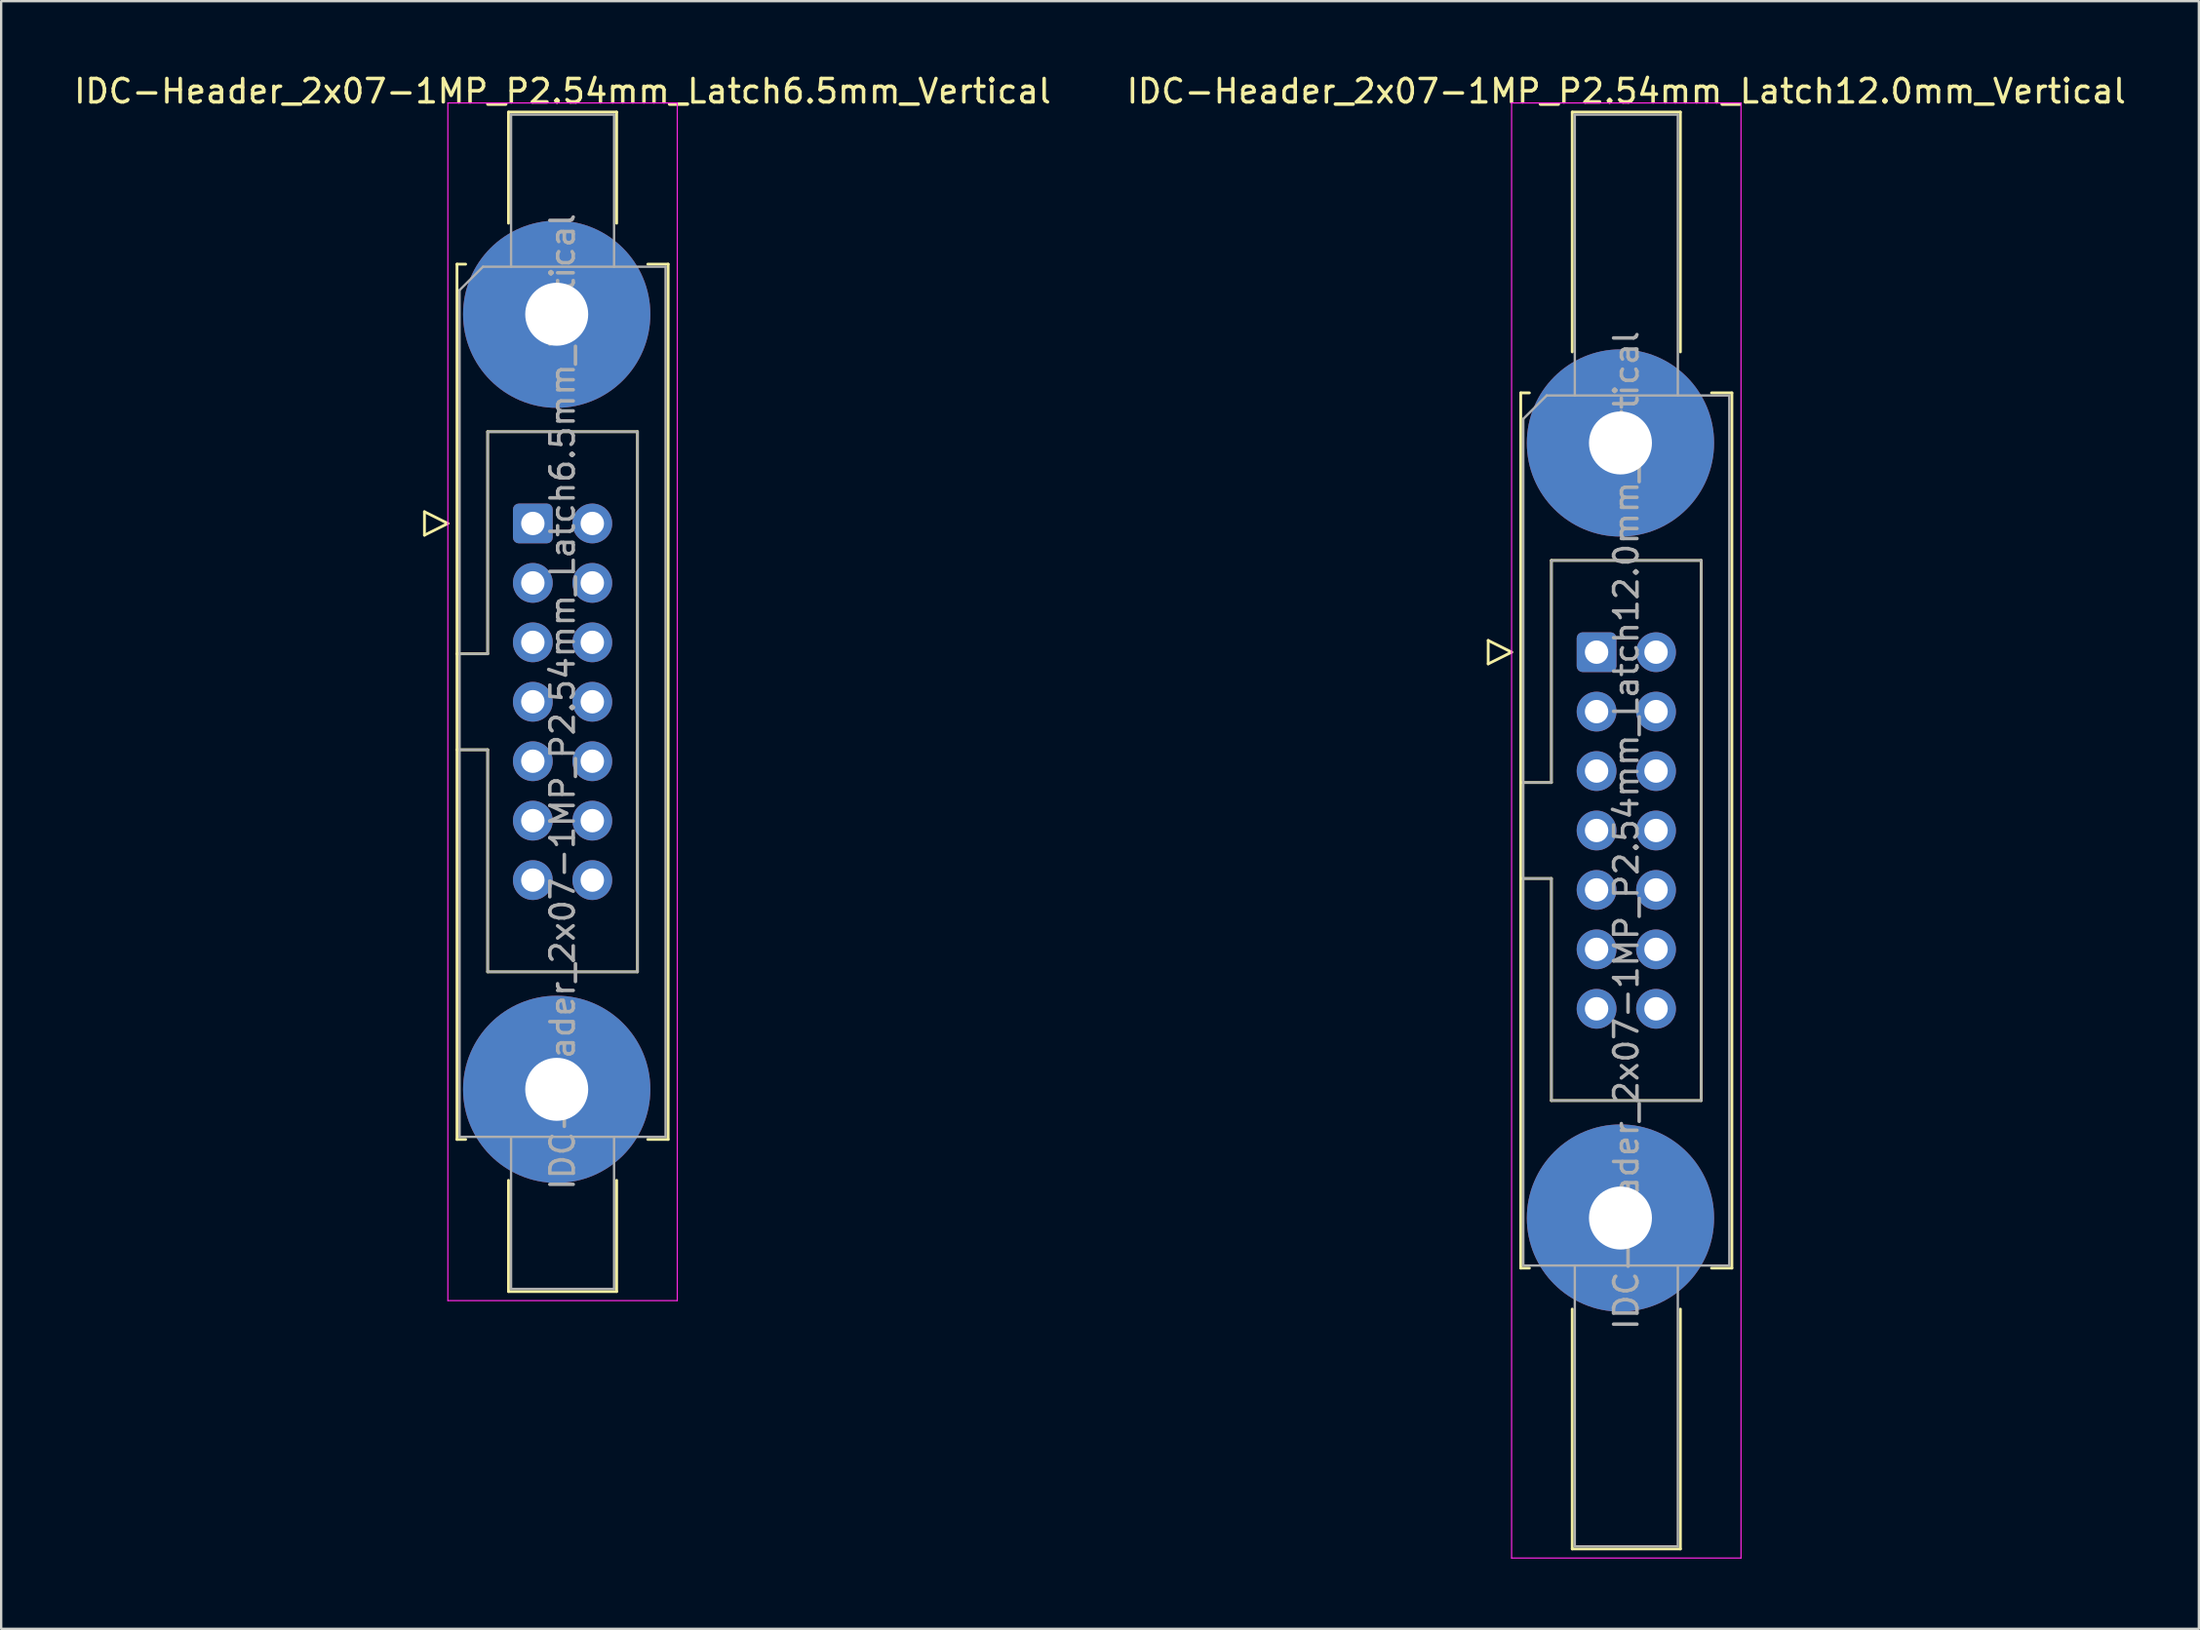
<source format=kicad_pcb>
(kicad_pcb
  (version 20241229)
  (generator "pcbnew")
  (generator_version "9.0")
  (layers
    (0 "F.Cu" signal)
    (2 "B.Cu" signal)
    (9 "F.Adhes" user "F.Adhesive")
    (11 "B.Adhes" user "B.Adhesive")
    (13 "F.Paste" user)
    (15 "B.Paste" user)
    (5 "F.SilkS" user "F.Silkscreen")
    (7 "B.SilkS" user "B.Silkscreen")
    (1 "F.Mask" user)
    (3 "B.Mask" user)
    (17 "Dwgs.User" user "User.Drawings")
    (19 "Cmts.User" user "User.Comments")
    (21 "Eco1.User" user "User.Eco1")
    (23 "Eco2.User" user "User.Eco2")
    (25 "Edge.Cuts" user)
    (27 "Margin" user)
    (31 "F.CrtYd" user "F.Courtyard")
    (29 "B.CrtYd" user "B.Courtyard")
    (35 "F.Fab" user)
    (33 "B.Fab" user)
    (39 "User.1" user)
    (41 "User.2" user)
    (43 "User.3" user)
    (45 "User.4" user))
  (footprint "IDC-Header_2x07-1MP_P2.54mm_Latch12.0mm_Vertical"
    (layer "F.Cu")
    (at 65.153 24.818)
    (property "Reference" "IDC-Header_2x07-1MP_P2.54mm_Latch12.0mm_Vertical" (at 1.27 -23.97 0) (layer "F.SilkS") (effects (font (size 1 1) (thickness 0.15))))
    (attr through_hole)
    (fp_line (start -4.63 -0.5) (end -4.63 0.5) (stroke (width 0.12) (type solid)) (layer "F.SilkS"))
    (fp_line (start -4.63 0.5) (end -3.63 0) (stroke (width 0.12) (type solid)) (layer "F.SilkS"))
    (fp_line (start -3.63 0) (end -4.63 -0.5) (stroke (width 0.12) (type solid)) (layer "F.SilkS"))
    (fp_line (start -3.24 -11.08) (end -3.24 26.32) (stroke (width 0.12) (type solid)) (layer "F.SilkS"))
    (fp_line (start -3.24 5.57) (end -1.93 5.57) (stroke (width 0.12) (type solid)) (layer "F.SilkS"))
    (fp_line (start -3.24 26.32) (end -2.87 26.32) (stroke (width 0.12) (type solid)) (layer "F.SilkS"))
    (fp_line (start -2.87 -11.08) (end -3.24 -11.08) (stroke (width 0.12) (type solid)) (layer "F.SilkS"))
    (fp_line (start -1.93 -3.92) (end 4.47 -3.92) (stroke (width 0.12) (type solid)) (layer "F.SilkS"))
    (fp_line (start -1.93 5.57) (end -1.93 -3.92) (stroke (width 0.12) (type solid)) (layer "F.SilkS"))
    (fp_line (start -1.93 9.67) (end -3.24 9.67) (stroke (width 0.12) (type solid)) (layer "F.SilkS"))
    (fp_line (start -1.93 19.16) (end -1.93 9.67) (stroke (width 0.12) (type solid)) (layer "F.SilkS"))
    (fp_line (start -1.04 -23.08) (end 3.58 -23.08) (stroke (width 0.12) (type solid)) (layer "F.SilkS"))
    (fp_line (start -1.04 -12.83) (end -1.04 -23.08) (stroke (width 0.12) (type solid)) (layer "F.SilkS"))
    (fp_line (start -1.04 28.07) (end -1.04 38.32) (stroke (width 0.12) (type solid)) (layer "F.SilkS"))
    (fp_line (start -1.04 38.32) (end 3.58 38.32) (stroke (width 0.12) (type solid)) (layer "F.SilkS"))
    (fp_line (start 3.58 -23.08) (end 3.58 -12.83) (stroke (width 0.12) (type solid)) (layer "F.SilkS"))
    (fp_line (start 3.58 38.32) (end 3.58 28.07) (stroke (width 0.12) (type solid)) (layer "F.SilkS"))
    (fp_line (start 4.47 -3.92) (end 4.47 19.16) (stroke (width 0.12) (type solid)) (layer "F.SilkS"))
    (fp_line (start 4.47 19.16) (end -1.93 19.16) (stroke (width 0.12) (type solid)) (layer "F.SilkS"))
    (fp_line (start 4.91 -11.08) (end 5.78 -11.08) (stroke (width 0.12) (type solid)) (layer "F.SilkS"))
    (fp_line (start 5.78 -11.08) (end 5.78 26.32) (stroke (width 0.12) (type solid)) (layer "F.SilkS"))
    (fp_line (start 5.78 26.32) (end 4.91 26.32) (stroke (width 0.12) (type solid)) (layer "F.SilkS"))
    (fp_line (start -3.63 -23.47) (end -3.63 38.71) (stroke (width 0.05) (type solid)) (layer "F.CrtYd"))
    (fp_line (start -3.63 38.71) (end 6.17 38.71) (stroke (width 0.05) (type solid)) (layer "F.CrtYd"))
    (fp_line (start 6.17 -23.47) (end -3.63 -23.47) (stroke (width 0.05) (type solid)) (layer "F.CrtYd"))
    (fp_line (start 6.17 38.71) (end 6.17 -23.47) (stroke (width 0.05) (type solid)) (layer "F.CrtYd"))
    (fp_line (start -3.13 -9.97) (end -2.13 -10.97) (stroke (width 0.1) (type solid)) (layer "F.Fab"))
    (fp_line (start -3.13 5.57) (end -1.93 5.57) (stroke (width 0.1) (type solid)) (layer "F.Fab"))
    (fp_line (start -3.13 26.21) (end -3.13 -9.97) (stroke (width 0.1) (type solid)) (layer "F.Fab"))
    (fp_line (start -2.13 -10.97) (end 5.67 -10.97) (stroke (width 0.1) (type solid)) (layer "F.Fab"))
    (fp_line (start -1.93 -3.92) (end 4.47 -3.92) (stroke (width 0.1) (type solid)) (layer "F.Fab"))
    (fp_line (start -1.93 5.57) (end -1.93 -3.92) (stroke (width 0.1) (type solid)) (layer "F.Fab"))
    (fp_line (start -1.93 9.67) (end -3.13 9.67) (stroke (width 0.1) (type solid)) (layer "F.Fab"))
    (fp_line (start -1.93 19.16) (end -1.93 9.67) (stroke (width 0.1) (type solid)) (layer "F.Fab"))
    (fp_line (start -0.93 -22.97) (end 3.47 -22.97) (stroke (width 0.1) (type solid)) (layer "F.Fab"))
    (fp_line (start -0.93 -10.97) (end -0.93 -22.97) (stroke (width 0.1) (type solid)) (layer "F.Fab"))
    (fp_line (start -0.93 26.21) (end -0.93 38.21) (stroke (width 0.1) (type solid)) (layer "F.Fab"))
    (fp_line (start -0.93 38.21) (end 3.47 38.21) (stroke (width 0.1) (type solid)) (layer "F.Fab"))
    (fp_line (start 3.47 -22.97) (end 3.47 -10.97) (stroke (width 0.1) (type solid)) (layer "F.Fab"))
    (fp_line (start 3.47 38.21) (end 3.47 26.21) (stroke (width 0.1) (type solid)) (layer "F.Fab"))
    (fp_line (start 4.47 -3.92) (end 4.47 19.16) (stroke (width 0.1) (type solid)) (layer "F.Fab"))
    (fp_line (start 4.47 19.16) (end -1.93 19.16) (stroke (width 0.1) (type solid)) (layer "F.Fab"))
    (fp_line (start 5.67 -10.97) (end 5.67 26.21) (stroke (width 0.1) (type solid)) (layer "F.Fab"))
    (fp_line (start 5.67 26.21) (end -3.13 26.21) (stroke (width 0.1) (type solid)) (layer "F.Fab"))
    (fp_text user "${REFERENCE}" (at 1.27 7.62 90) (layer "F.Fab") (effects (font (size 1 1) (thickness 0.15))))
    (pad "1" thru_hole roundrect (at 0 0) (size 1.7 1.7) (drill 1) (layers "*.Cu" "*.Mask") (roundrect_rratio 0.147))
    (pad "2" thru_hole circle (at 2.54 0) (size 1.7 1.7) (drill 1) (layers "*.Cu" "*.Mask"))
    (pad "3" thru_hole circle (at 0 2.54) (size 1.7 1.7) (drill 1) (layers "*.Cu" "*.Mask"))
    (pad "4" thru_hole circle (at 2.54 2.54) (size 1.7 1.7) (drill 1) (layers "*.Cu" "*.Mask"))
    (pad "5" thru_hole circle (at 0 5.08) (size 1.7 1.7) (drill 1) (layers "*.Cu" "*.Mask"))
    (pad "6" thru_hole circle (at 2.54 5.08) (size 1.7 1.7) (drill 1) (layers "*.Cu" "*.Mask"))
    (pad "7" thru_hole circle (at 0 7.62) (size 1.7 1.7) (drill 1) (layers "*.Cu" "*.Mask"))
    (pad "8" thru_hole circle (at 2.54 7.62) (size 1.7 1.7) (drill 1) (layers "*.Cu" "*.Mask"))
    (pad "9" thru_hole circle (at 0 10.16) (size 1.7 1.7) (drill 1) (layers "*.Cu" "*.Mask"))
    (pad "10" thru_hole circle (at 2.54 10.16) (size 1.7 1.7) (drill 1) (layers "*.Cu" "*.Mask"))
    (pad "11" thru_hole circle (at 0 12.7) (size 1.7 1.7) (drill 1) (layers "*.Cu" "*.Mask"))
    (pad "12" thru_hole circle (at 2.54 12.7) (size 1.7 1.7) (drill 1) (layers "*.Cu" "*.Mask"))
    (pad "13" thru_hole circle (at 0 15.24) (size 1.7 1.7) (drill 1) (layers "*.Cu" "*.Mask"))
    (pad "14" thru_hole circle (at 2.54 15.24) (size 1.7 1.7) (drill 1) (layers "*.Cu" "*.Mask"))
    (pad "MP" thru_hole circle (at 1.02 -8.94) (size 8 8) (drill 2.69) (layers "*.Cu" "*.Mask"))
    (pad "MP" thru_hole circle (at 1.02 24.18) (size 8 8) (drill 2.69) (layers "*.Cu" "*.Mask")))
  (footprint "IDC-Header_2x07-1MP_P2.54mm_Latch6.5mm_Vertical"
    (layer "F.Cu")
    (at 19.712 19.318)
    (property "Reference" "IDC-Header_2x07-1MP_P2.54mm_Latch6.5mm_Vertical" (at 1.27 -18.47 0) (layer "F.SilkS") (effects (font (size 1 1) (thickness 0.15))))
    (attr through_hole)
    (fp_line (start -4.63 -0.5) (end -4.63 0.5) (stroke (width 0.12) (type solid)) (layer "F.SilkS"))
    (fp_line (start -4.63 0.5) (end -3.63 0) (stroke (width 0.12) (type solid)) (layer "F.SilkS"))
    (fp_line (start -3.63 0) (end -4.63 -0.5) (stroke (width 0.12) (type solid)) (layer "F.SilkS"))
    (fp_line (start -3.24 -11.08) (end -3.24 26.32) (stroke (width 0.12) (type solid)) (layer "F.SilkS"))
    (fp_line (start -3.24 5.57) (end -1.93 5.57) (stroke (width 0.12) (type solid)) (layer "F.SilkS"))
    (fp_line (start -3.24 26.32) (end -2.87 26.32) (stroke (width 0.12) (type solid)) (layer "F.SilkS"))
    (fp_line (start -2.87 -11.08) (end -3.24 -11.08) (stroke (width 0.12) (type solid)) (layer "F.SilkS"))
    (fp_line (start -1.93 -3.92) (end 4.47 -3.92) (stroke (width 0.12) (type solid)) (layer "F.SilkS"))
    (fp_line (start -1.93 5.57) (end -1.93 -3.92) (stroke (width 0.12) (type solid)) (layer "F.SilkS"))
    (fp_line (start -1.93 9.67) (end -3.24 9.67) (stroke (width 0.12) (type solid)) (layer "F.SilkS"))
    (fp_line (start -1.93 19.16) (end -1.93 9.67) (stroke (width 0.12) (type solid)) (layer "F.SilkS"))
    (fp_line (start -1.04 -17.58) (end 3.58 -17.58) (stroke (width 0.12) (type solid)) (layer "F.SilkS"))
    (fp_line (start -1.04 -12.83) (end -1.04 -17.58) (stroke (width 0.12) (type solid)) (layer "F.SilkS"))
    (fp_line (start -1.04 28.07) (end -1.04 32.82) (stroke (width 0.12) (type solid)) (layer "F.SilkS"))
    (fp_line (start -1.04 32.82) (end 3.58 32.82) (stroke (width 0.12) (type solid)) (layer "F.SilkS"))
    (fp_line (start 3.58 -17.58) (end 3.58 -12.83) (stroke (width 0.12) (type solid)) (layer "F.SilkS"))
    (fp_line (start 3.58 32.82) (end 3.58 28.07) (stroke (width 0.12) (type solid)) (layer "F.SilkS"))
    (fp_line (start 4.47 -3.92) (end 4.47 19.16) (stroke (width 0.12) (type solid)) (layer "F.SilkS"))
    (fp_line (start 4.47 19.16) (end -1.93 19.16) (stroke (width 0.12) (type solid)) (layer "F.SilkS"))
    (fp_line (start 4.91 -11.08) (end 5.78 -11.08) (stroke (width 0.12) (type solid)) (layer "F.SilkS"))
    (fp_line (start 5.78 -11.08) (end 5.78 26.32) (stroke (width 0.12) (type solid)) (layer "F.SilkS"))
    (fp_line (start 5.78 26.32) (end 4.91 26.32) (stroke (width 0.12) (type solid)) (layer "F.SilkS"))
    (fp_line (start -3.63 -17.97) (end -3.63 33.21) (stroke (width 0.05) (type solid)) (layer "F.CrtYd"))
    (fp_line (start -3.63 33.21) (end 6.17 33.21) (stroke (width 0.05) (type solid)) (layer "F.CrtYd"))
    (fp_line (start 6.17 -17.97) (end -3.63 -17.97) (stroke (width 0.05) (type solid)) (layer "F.CrtYd"))
    (fp_line (start 6.17 33.21) (end 6.17 -17.97) (stroke (width 0.05) (type solid)) (layer "F.CrtYd"))
    (fp_line (start -3.13 -9.97) (end -2.13 -10.97) (stroke (width 0.1) (type solid)) (layer "F.Fab"))
    (fp_line (start -3.13 5.57) (end -1.93 5.57) (stroke (width 0.1) (type solid)) (layer "F.Fab"))
    (fp_line (start -3.13 26.21) (end -3.13 -9.97) (stroke (width 0.1) (type solid)) (layer "F.Fab"))
    (fp_line (start -2.13 -10.97) (end 5.67 -10.97) (stroke (width 0.1) (type solid)) (layer "F.Fab"))
    (fp_line (start -1.93 -3.92) (end 4.47 -3.92) (stroke (width 0.1) (type solid)) (layer "F.Fab"))
    (fp_line (start -1.93 5.57) (end -1.93 -3.92) (stroke (width 0.1) (type solid)) (layer "F.Fab"))
    (fp_line (start -1.93 9.67) (end -3.13 9.67) (stroke (width 0.1) (type solid)) (layer "F.Fab"))
    (fp_line (start -1.93 19.16) (end -1.93 9.67) (stroke (width 0.1) (type solid)) (layer "F.Fab"))
    (fp_line (start -0.93 -17.47) (end 3.47 -17.47) (stroke (width 0.1) (type solid)) (layer "F.Fab"))
    (fp_line (start -0.93 -10.97) (end -0.93 -17.47) (stroke (width 0.1) (type solid)) (layer "F.Fab"))
    (fp_line (start -0.93 26.21) (end -0.93 32.71) (stroke (width 0.1) (type solid)) (layer "F.Fab"))
    (fp_line (start -0.93 32.71) (end 3.47 32.71) (stroke (width 0.1) (type solid)) (layer "F.Fab"))
    (fp_line (start 3.47 -17.47) (end 3.47 -10.97) (stroke (width 0.1) (type solid)) (layer "F.Fab"))
    (fp_line (start 3.47 32.71) (end 3.47 26.21) (stroke (width 0.1) (type solid)) (layer "F.Fab"))
    (fp_line (start 4.47 -3.92) (end 4.47 19.16) (stroke (width 0.1) (type solid)) (layer "F.Fab"))
    (fp_line (start 4.47 19.16) (end -1.93 19.16) (stroke (width 0.1) (type solid)) (layer "F.Fab"))
    (fp_line (start 5.67 -10.97) (end 5.67 26.21) (stroke (width 0.1) (type solid)) (layer "F.Fab"))
    (fp_line (start 5.67 26.21) (end -3.13 26.21) (stroke (width 0.1) (type solid)) (layer "F.Fab"))
    (fp_text user "${REFERENCE}" (at 1.27 7.62 90) (layer "F.Fab") (effects (font (size 1 1) (thickness 0.15))))
    (pad "1" thru_hole roundrect (at 0 0) (size 1.7 1.7) (drill 1) (layers "*.Cu" "*.Mask") (roundrect_rratio 0.147))
    (pad "2" thru_hole circle (at 2.54 0) (size 1.7 1.7) (drill 1) (layers "*.Cu" "*.Mask"))
    (pad "3" thru_hole circle (at 0 2.54) (size 1.7 1.7) (drill 1) (layers "*.Cu" "*.Mask"))
    (pad "4" thru_hole circle (at 2.54 2.54) (size 1.7 1.7) (drill 1) (layers "*.Cu" "*.Mask"))
    (pad "5" thru_hole circle (at 0 5.08) (size 1.7 1.7) (drill 1) (layers "*.Cu" "*.Mask"))
    (pad "6" thru_hole circle (at 2.54 5.08) (size 1.7 1.7) (drill 1) (layers "*.Cu" "*.Mask"))
    (pad "7" thru_hole circle (at 0 7.62) (size 1.7 1.7) (drill 1) (layers "*.Cu" "*.Mask"))
    (pad "8" thru_hole circle (at 2.54 7.62) (size 1.7 1.7) (drill 1) (layers "*.Cu" "*.Mask"))
    (pad "9" thru_hole circle (at 0 10.16) (size 1.7 1.7) (drill 1) (layers "*.Cu" "*.Mask"))
    (pad "10" thru_hole circle (at 2.54 10.16) (size 1.7 1.7) (drill 1) (layers "*.Cu" "*.Mask"))
    (pad "11" thru_hole circle (at 0 12.7) (size 1.7 1.7) (drill 1) (layers "*.Cu" "*.Mask"))
    (pad "12" thru_hole circle (at 2.54 12.7) (size 1.7 1.7) (drill 1) (layers "*.Cu" "*.Mask"))
    (pad "13" thru_hole circle (at 0 15.24) (size 1.7 1.7) (drill 1) (layers "*.Cu" "*.Mask"))
    (pad "14" thru_hole circle (at 2.54 15.24) (size 1.7 1.7) (drill 1) (layers "*.Cu" "*.Mask"))
    (pad "MP" thru_hole circle (at 1.02 -8.94) (size 8 8) (drill 2.69) (layers "*.Cu" "*.Mask"))
    (pad "MP" thru_hole circle (at 1.02 24.18) (size 8 8) (drill 2.69) (layers "*.Cu" "*.Mask")))
  (gr_rect
    (start -3 -3)
    (end 90.881 66.553)
    (stroke (width 0.1) (type default))
    (fill no)
    (layer "Edge.Cuts")))
</source>
